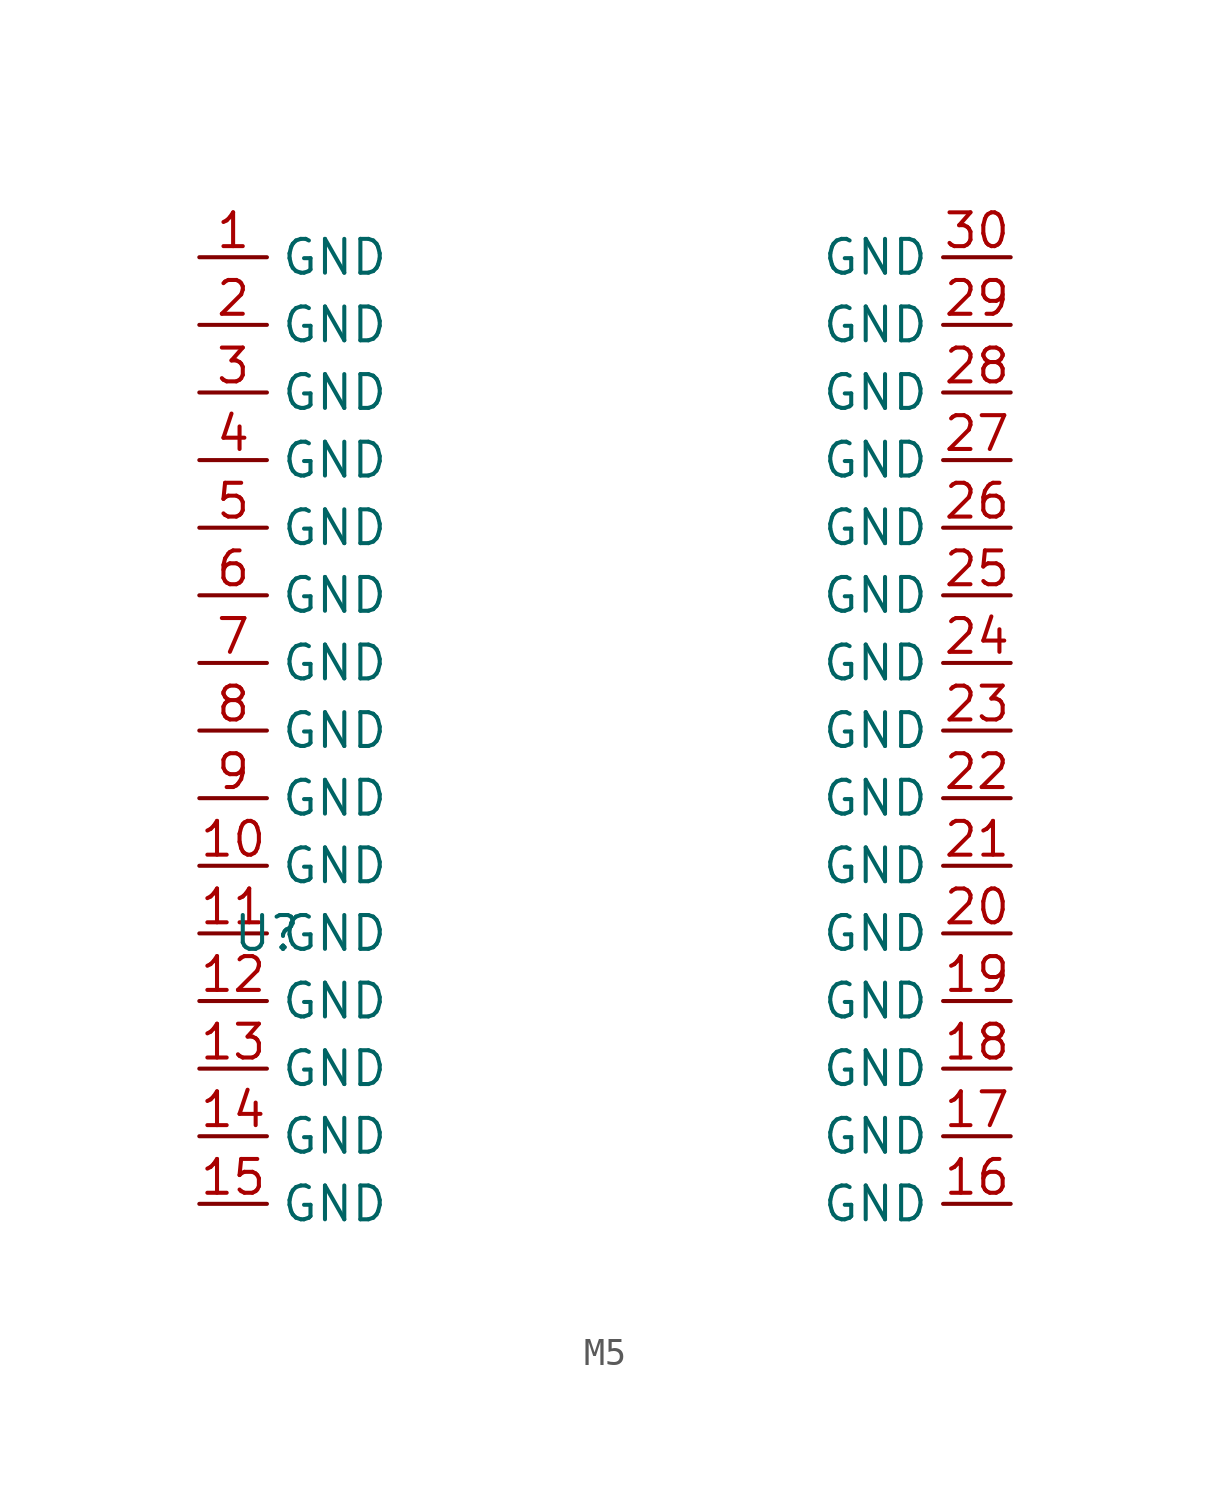
<source format=kicad_sym>
(kicad_symbol_lib
  (version 20231120)
  (generator "kicad_symbol_editor")
  (generator_version "8.0")
  (symbol "M5"
    (property "Reference" "U"
      (at 0 -5.08 0)
      (effects (font (size 1.27 1.27))))
    (property "Value" ""
      (at 0 -5.08 0)
      (effects (font (size 1.27 1.27))))
    (symbol "M5_1_1"
      (pin input line (at -2.54 20.32 0) (length 2.54) (name "GND" (effects (font (size 1.27 1.27)))) (number "1" (effects (font (size 1.27 1.27)))))
      (pin input line (at -2.54 -2.54 0) (length 2.54) (name "GND" (effects (font (size 1.27 1.27)))) (number "10" (effects (font (size 1.27 1.27)))))
      (pin input line (at -2.54 -5.08 0) (length 2.54) (name "GND" (effects (font (size 1.27 1.27)))) (number "11" (effects (font (size 1.27 1.27)))))
      (pin input line (at -2.54 -7.62 0) (length 2.54) (name "GND" (effects (font (size 1.27 1.27)))) (number "12" (effects (font (size 1.27 1.27)))))
      (pin input line (at -2.54 -10.16 0) (length 2.54) (name "GND" (effects (font (size 1.27 1.27)))) (number "13" (effects (font (size 1.27 1.27)))))
      (pin input line (at -2.54 -12.7 0) (length 2.54) (name "GND" (effects (font (size 1.27 1.27)))) (number "14" (effects (font (size 1.27 1.27)))))
      (pin input line (at -2.54 -15.24 0) (length 2.54) (name "GND" (effects (font (size 1.27 1.27)))) (number "15" (effects (font (size 1.27 1.27)))))
      (pin input line (at 27.94 -15.24 180) (length 2.54) (name "GND" (effects (font (size 1.27 1.27)))) (number "16" (effects (font (size 1.27 1.27)))))
      (pin input line (at 27.94 -12.7 180) (length 2.54) (name "GND" (effects (font (size 1.27 1.27)))) (number "17" (effects (font (size 1.27 1.27)))))
      (pin input line (at 27.94 -10.16 180) (length 2.54) (name "GND" (effects (font (size 1.27 1.27)))) (number "18" (effects (font (size 1.27 1.27)))))
      (pin input line (at 27.94 -7.62 180) (length 2.54) (name "GND" (effects (font (size 1.27 1.27)))) (number "19" (effects (font (size 1.27 1.27)))))
      (pin input line (at -2.54 17.78 0) (length 2.54) (name "GND" (effects (font (size 1.27 1.27)))) (number "2" (effects (font (size 1.27 1.27)))))
      (pin input line (at 27.94 -5.08 180) (length 2.54) (name "GND" (effects (font (size 1.27 1.27)))) (number "20" (effects (font (size 1.27 1.27)))))
      (pin input line (at 27.94 -2.54 180) (length 2.54) (name "GND" (effects (font (size 1.27 1.27)))) (number "21" (effects (font (size 1.27 1.27)))))
      (pin input line (at 27.94 0 180) (length 2.54) (name "GND" (effects (font (size 1.27 1.27)))) (number "22" (effects (font (size 1.27 1.27)))))
      (pin input line (at 27.94 2.54 180) (length 2.54) (name "GND" (effects (font (size 1.27 1.27)))) (number "23" (effects (font (size 1.27 1.27)))))
      (pin input line (at 27.94 5.08 180) (length 2.54) (name "GND" (effects (font (size 1.27 1.27)))) (number "24" (effects (font (size 1.27 1.27)))))
      (pin input line (at 27.94 7.62 180) (length 2.54) (name "GND" (effects (font (size 1.27 1.27)))) (number "25" (effects (font (size 1.27 1.27)))))
      (pin input line (at 27.94 10.16 180) (length 2.54) (name "GND" (effects (font (size 1.27 1.27)))) (number "26" (effects (font (size 1.27 1.27)))))
      (pin input line (at 27.94 12.7 180) (length 2.54) (name "GND" (effects (font (size 1.27 1.27)))) (number "27" (effects (font (size 1.27 1.27)))))
      (pin input line (at 27.94 15.24 180) (length 2.54) (name "GND" (effects (font (size 1.27 1.27)))) (number "28" (effects (font (size 1.27 1.27)))))
      (pin input line (at 27.94 17.78 180) (length 2.54) (name "GND" (effects (font (size 1.27 1.27)))) (number "29" (effects (font (size 1.27 1.27)))))
      (pin input line (at -2.54 15.24 0) (length 2.54) (name "GND" (effects (font (size 1.27 1.27)))) (number "3" (effects (font (size 1.27 1.27)))))
      (pin input line (at 27.94 20.32 180) (length 2.54) (name "GND" (effects (font (size 1.27 1.27)))) (number "30" (effects (font (size 1.27 1.27)))))
      (pin input line (at -2.54 12.7 0) (length 2.54) (name "GND" (effects (font (size 1.27 1.27)))) (number "4" (effects (font (size 1.27 1.27)))))
      (pin input line (at -2.54 10.16 0) (length 2.54) (name "GND" (effects (font (size 1.27 1.27)))) (number "5" (effects (font (size 1.27 1.27)))))
      (pin input line (at -2.54 7.62 0) (length 2.54) (name "GND" (effects (font (size 1.27 1.27)))) (number "6" (effects (font (size 1.27 1.27)))))
      (pin input line (at -2.54 5.08 0) (length 2.54) (name "GND" (effects (font (size 1.27 1.27)))) (number "7" (effects (font (size 1.27 1.27)))))
      (pin input line (at -2.54 2.54 0) (length 2.54) (name "GND" (effects (font (size 1.27 1.27)))) (number "8" (effects (font (size 1.27 1.27)))))
      (pin input line (at -2.54 0 0) (length 2.54) (name "GND" (effects (font (size 1.27 1.27)))) (number "9" (effects (font (size 1.27 1.27))))))))
</source>
